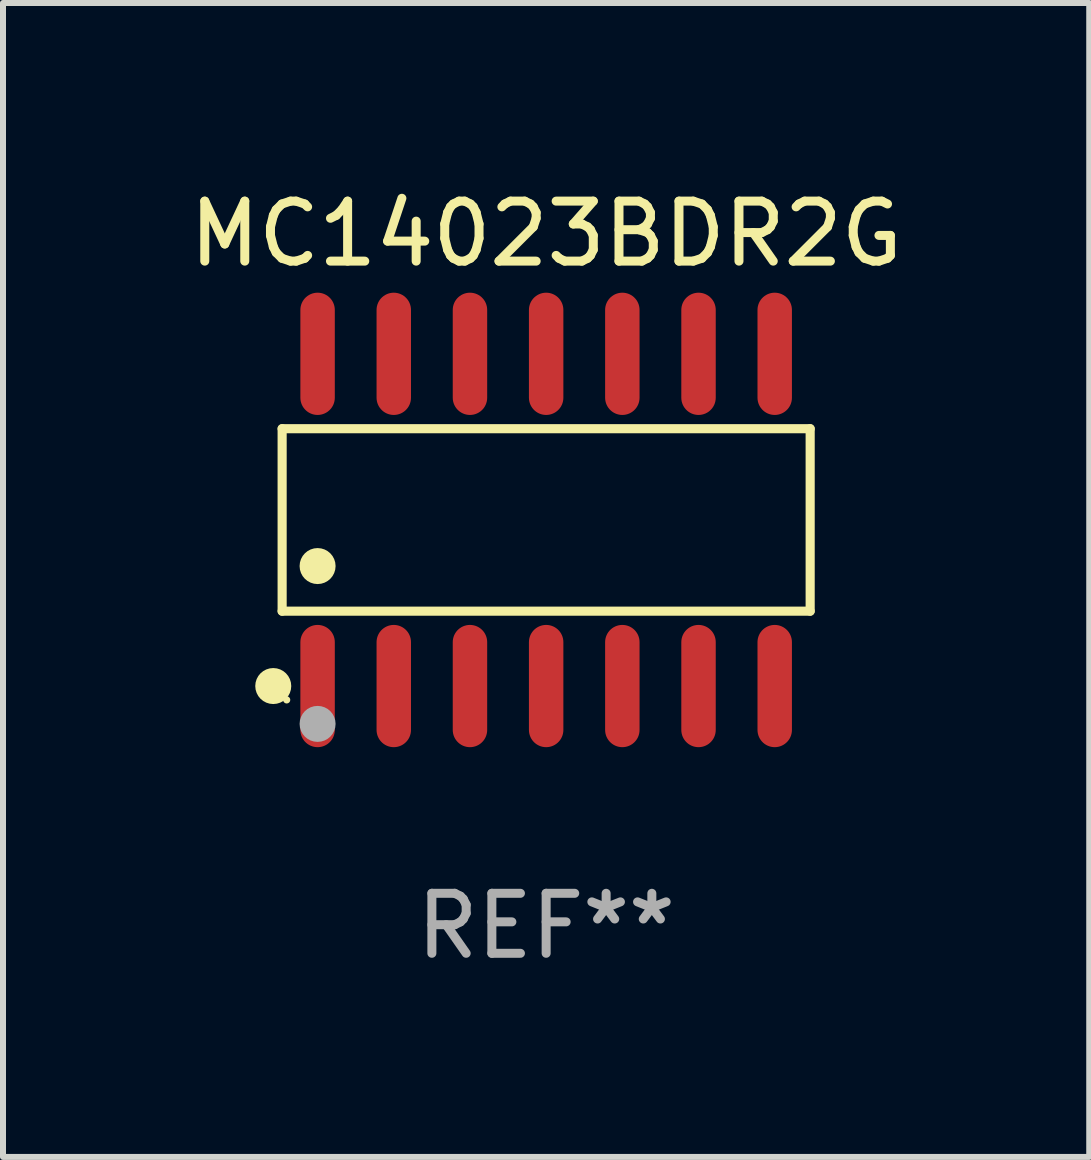
<source format=kicad_pcb>
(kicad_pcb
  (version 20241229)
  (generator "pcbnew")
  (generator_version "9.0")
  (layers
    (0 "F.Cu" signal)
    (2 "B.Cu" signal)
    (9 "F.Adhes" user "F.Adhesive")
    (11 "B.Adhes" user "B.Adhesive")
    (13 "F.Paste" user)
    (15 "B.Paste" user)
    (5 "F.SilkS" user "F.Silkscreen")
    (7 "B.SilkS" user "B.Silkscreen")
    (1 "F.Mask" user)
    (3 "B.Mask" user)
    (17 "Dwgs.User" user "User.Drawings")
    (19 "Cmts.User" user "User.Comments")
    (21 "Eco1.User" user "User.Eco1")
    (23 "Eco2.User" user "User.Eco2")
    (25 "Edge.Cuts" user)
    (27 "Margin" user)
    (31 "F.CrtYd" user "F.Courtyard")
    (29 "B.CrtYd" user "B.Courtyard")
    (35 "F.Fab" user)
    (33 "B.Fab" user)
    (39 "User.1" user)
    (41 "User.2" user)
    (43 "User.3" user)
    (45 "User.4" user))
  (footprint "MC14023BDR2G"
    (layer "F.Cu")
    (at 6.054 5.617)
    (property "Reference" "MC14023BDR2G" (at 0 -4.769 0) (layer "F.SilkS") (effects (font (size 1 1) (thickness 0.15))))
    (attr through_hole)
    (fp_line (start -4.401 -1.521) (end 4.401 -1.521) (stroke (width 0.152) (type solid)) (layer "F.SilkS"))
    (fp_line (start -4.401 1.521) (end -4.401 -1.521) (stroke (width 0.152) (type solid)) (layer "F.SilkS"))
    (fp_line (start 4.401 -1.521) (end 4.401 1.521) (stroke (width 0.152) (type solid)) (layer "F.SilkS"))
    (fp_line (start 4.401 1.521) (end -4.401 1.521) (stroke (width 0.152) (type solid)) (layer "F.SilkS"))
    (fp_circle (center -4.549 2.769) (end -4.399 2.769) (stroke (width 0.3) (type solid)) (fill no) (layer "F.SilkS"))
    (fp_circle (center -4.325 3) (end -4.295 3) (stroke (width 0.06) (type solid)) (fill no) (layer "F.SilkS"))
    (fp_circle (center -3.81 0.769) (end -3.66 0.769) (stroke (width 0.3) (type solid)) (fill no) (layer "F.SilkS"))
    (fp_circle (center -3.81 3.4) (end -3.66 3.4) (stroke (width 0.3) (type solid)) (fill no) (layer "F.Fab"))
    (fp_text user "REF**" (at 0 6.769 0) (layer "F.Fab") (effects (font (size 1 1) (thickness 0.15))))
    (pad "1" smd oval (at -3.81 2.769) (size 0.574 2.038) (layers "F.Cu" "F.Mask" "F.Paste"))
    (pad "2" smd oval (at -2.54 2.769) (size 0.574 2.038) (layers "F.Cu" "F.Mask" "F.Paste"))
    (pad "3" smd oval (at -1.27 2.769) (size 0.574 2.038) (layers "F.Cu" "F.Mask" "F.Paste"))
    (pad "4" smd oval (at 0 2.769) (size 0.574 2.038) (layers "F.Cu" "F.Mask" "F.Paste"))
    (pad "5" smd oval (at 1.27 2.769) (size 0.574 2.038) (layers "F.Cu" "F.Mask" "F.Paste"))
    (pad "6" smd oval (at 2.54 2.769) (size 0.574 2.038) (layers "F.Cu" "F.Mask" "F.Paste"))
    (pad "7" smd oval (at 3.81 2.769) (size 0.574 2.038) (layers "F.Cu" "F.Mask" "F.Paste"))
    (pad "8" smd oval (at 3.81 -2.769) (size 0.574 2.038) (layers "F.Cu" "F.Mask" "F.Paste"))
    (pad "9" smd oval (at 2.54 -2.769) (size 0.574 2.038) (layers "F.Cu" "F.Mask" "F.Paste"))
    (pad "10" smd oval (at 1.27 -2.769) (size 0.574 2.038) (layers "F.Cu" "F.Mask" "F.Paste"))
    (pad "11" smd oval (at 0 -2.769) (size 0.574 2.038) (layers "F.Cu" "F.Mask" "F.Paste"))
    (pad "12" smd oval (at -1.27 -2.769) (size 0.574 2.038) (layers "F.Cu" "F.Mask" "F.Paste"))
    (pad "13" smd oval (at -2.54 -2.769) (size 0.574 2.038) (layers "F.Cu" "F.Mask" "F.Paste"))
    (pad "14" smd oval (at -3.81 -2.769) (size 0.574 2.038) (layers "F.Cu" "F.Mask" "F.Paste")))
  (gr_rect
    (start -3 -3)
    (end 15.107 16.235)
    (stroke (width 0.1) (type default))
    (fill no)
    (layer "Edge.Cuts")))
</source>
